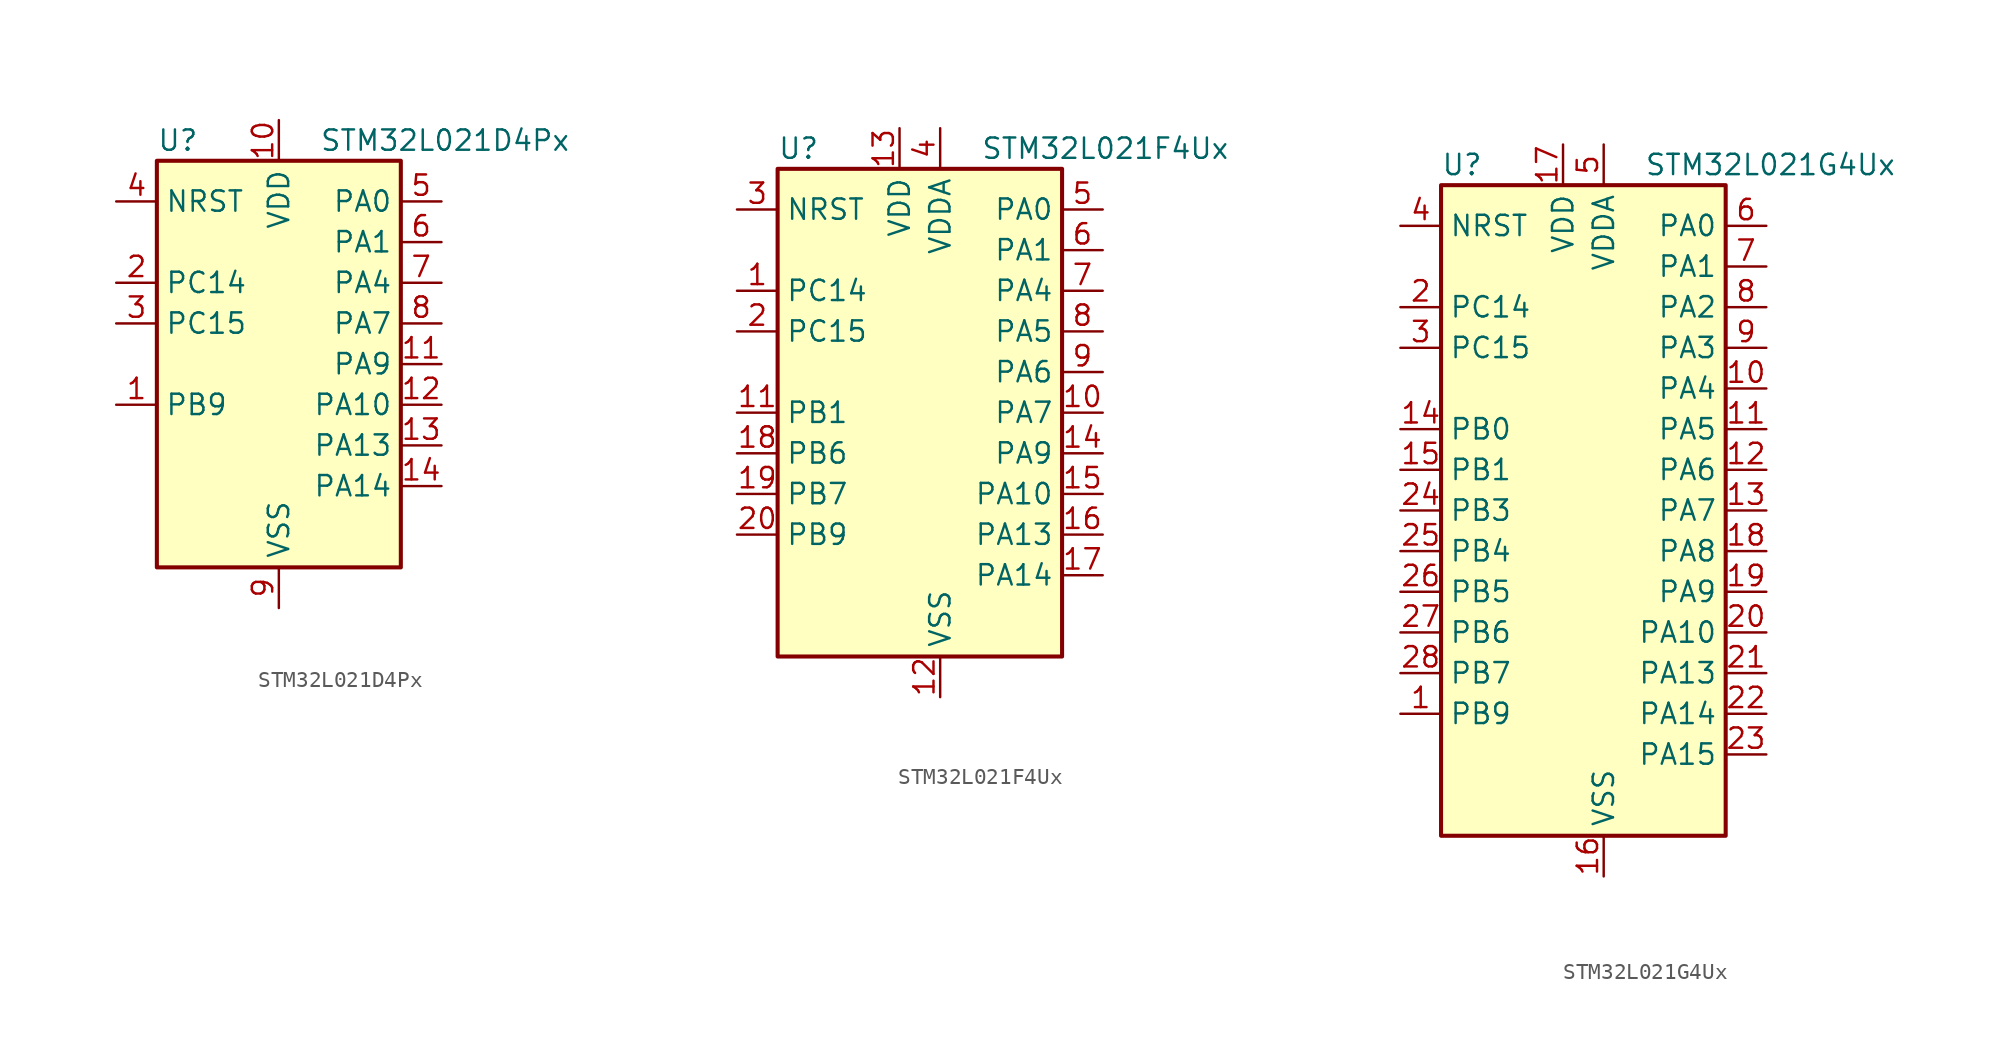
<source format=kicad_sym>
(kicad_symbol_lib
  (version 20231120)
  (generator "kicad_symbol_editor")
  (generator_version "8.0")
  (symbol "STM32L021D4Px"
    (property "Reference" "U"
      (at -7.62 13.97 0)
      (effects (font (size 1.27 1.27)) (justify left)))
    (property "Value" "STM32L021D4Px"
      (at 2.54 13.97 0)
      (effects (font (size 1.27 1.27)) (justify left)))
    (property "ki_locked" ""
      (at 0 0 0)
      (effects (font (size 1.27 1.27))))
    (symbol "STM32L021D4Px_0_1"
      (rectangle (start -7.62 -12.7) (end 7.62 12.7) (stroke (width 0.254) (type default)) (fill (type background))))
    (symbol "STM32L021D4Px_1_1"
      (pin bidirectional line (at -10.16 -2.54 0) (length 2.54) (name "PB9" (effects (font (size 1.27 1.27)))) (number "1" (effects (font (size 1.27 1.27)))))
      (pin power_in line (at 0 15.24 270) (length 2.54) (name "VDD" (effects (font (size 1.27 1.27)))) (number "10" (effects (font (size 1.27 1.27)))))
      (pin bidirectional line (at 10.16 0 180) (length 2.54) (name "PA9" (effects (font (size 1.27 1.27)))) (number "11" (effects (font (size 1.27 1.27)))) (alternate "COMP1_OUT" bidirectional line) (alternate "I2C1_SCL" bidirectional line) (alternate "LPTIM1_OUT" bidirectional line) (alternate "RCC_MCO" bidirectional line) (alternate "TIM21_CH2" bidirectional line) (alternate "USART2_TX" bidirectional line))
      (pin bidirectional line (at 10.16 -2.54 180) (length 2.54) (name "PA10" (effects (font (size 1.27 1.27)))) (number "12" (effects (font (size 1.27 1.27)))) (alternate "COMP1_OUT" bidirectional line) (alternate "I2C1_SDA" bidirectional line) (alternate "RTC_REFIN" bidirectional line) (alternate "TIM21_CH1" bidirectional line) (alternate "TIM2_CH3" bidirectional line) (alternate "USART2_RX" bidirectional line))
      (pin bidirectional line (at 10.16 -5.08 180) (length 2.54) (name "PA13" (effects (font (size 1.27 1.27)))) (number "13" (effects (font (size 1.27 1.27)))) (alternate "COMP1_OUT" bidirectional line) (alternate "I2C1_SDA" bidirectional line) (alternate "LPTIM1_ETR" bidirectional line) (alternate "LPUART1_RX" bidirectional line) (alternate "SPI1_SCK" bidirectional line) (alternate "SYS_SWDIO" bidirectional line))
      (pin bidirectional line (at 10.16 -7.62 180) (length 2.54) (name "PA14" (effects (font (size 1.27 1.27)))) (number "14" (effects (font (size 1.27 1.27)))) (alternate "COMP2_OUT" bidirectional line) (alternate "I2C1_SMBA" bidirectional line) (alternate "LPTIM1_OUT" bidirectional line) (alternate "LPUART1_TX" bidirectional line) (alternate "SPI1_MISO" bidirectional line) (alternate "SYS_SWCLK" bidirectional line) (alternate "USART2_TX" bidirectional line))
      (pin bidirectional line (at -10.16 5.08 0) (length 2.54) (name "PC14" (effects (font (size 1.27 1.27)))) (number "2" (effects (font (size 1.27 1.27)))) (alternate "RCC_OSC32_IN" bidirectional line))
      (pin bidirectional line (at -10.16 2.54 0) (length 2.54) (name "PC15" (effects (font (size 1.27 1.27)))) (number "3" (effects (font (size 1.27 1.27)))) (alternate "RCC_OSC32_OUT" bidirectional line))
      (pin input line (at -10.16 10.16 0) (length 2.54) (name "NRST" (effects (font (size 1.27 1.27)))) (number "4" (effects (font (size 1.27 1.27)))))
      (pin bidirectional line (at 10.16 10.16 180) (length 2.54) (name "PA0" (effects (font (size 1.27 1.27)))) (number "5" (effects (font (size 1.27 1.27)))) (alternate "ADC_IN0" bidirectional line) (alternate "COMP1_INM" bidirectional line) (alternate "COMP1_OUT" bidirectional line) (alternate "LPTIM1_IN1" bidirectional line) (alternate "LPUART1_RX" bidirectional line) (alternate "RCC_CK_IN" bidirectional line) (alternate "RTC_TAMP2" bidirectional line) (alternate "SYS_WKUP1" bidirectional line) (alternate "TIM2_CH1" bidirectional line) (alternate "TIM2_ETR" bidirectional line) (alternate "USART2_CTS" bidirectional line) (alternate "USART2_RX" bidirectional line))
      (pin bidirectional line (at 10.16 7.62 180) (length 2.54) (name "PA1" (effects (font (size 1.27 1.27)))) (number "6" (effects (font (size 1.27 1.27)))) (alternate "ADC_IN1" bidirectional line) (alternate "COMP1_INP" bidirectional line) (alternate "I2C1_SMBA" bidirectional line) (alternate "LPTIM1_IN2" bidirectional line) (alternate "LPUART1_TX" bidirectional line) (alternate "TIM21_ETR" bidirectional line) (alternate "TIM2_CH2" bidirectional line) (alternate "USART2_DE" bidirectional line) (alternate "USART2_RTS" bidirectional line))
      (pin bidirectional line (at 10.16 5.08 180) (length 2.54) (name "PA4" (effects (font (size 1.27 1.27)))) (number "7" (effects (font (size 1.27 1.27)))) (alternate "ADC_IN4" bidirectional line) (alternate "COMP1_INM" bidirectional line) (alternate "COMP2_INM" bidirectional line) (alternate "COMP2_OUT" bidirectional line) (alternate "I2C1_SCL" bidirectional line) (alternate "LPTIM1_ETR" bidirectional line) (alternate "LPTIM1_IN1" bidirectional line) (alternate "LPUART1_TX" bidirectional line) (alternate "SPI1_NSS" bidirectional line) (alternate "TIM2_ETR" bidirectional line) (alternate "USART2_CK" bidirectional line))
      (pin bidirectional line (at 10.16 2.54 180) (length 2.54) (name "PA7" (effects (font (size 1.27 1.27)))) (number "8" (effects (font (size 1.27 1.27)))) (alternate "ADC_IN7" bidirectional line) (alternate "COMP2_INP" bidirectional line) (alternate "COMP2_OUT" bidirectional line) (alternate "LPTIM1_OUT" bidirectional line) (alternate "SPI1_MOSI" bidirectional line) (alternate "TIM21_ETR" bidirectional line) (alternate "USART2_CTS" bidirectional line))
      (pin power_in line (at 0 -15.24 90) (length 2.54) (name "VSS" (effects (font (size 1.27 1.27)))) (number "9" (effects (font (size 1.27 1.27)))))))
  (symbol "STM32L021F4Ux"
    (property "Reference" "U"
      (at -7.62 16.51 0)
      (effects (font (size 1.27 1.27)) (justify left)))
    (property "Value" "STM32L021F4Ux"
      (at 5.08 16.51 0)
      (effects (font (size 1.27 1.27)) (justify left)))
    (property "ki_locked" ""
      (at 0 0 0)
      (effects (font (size 1.27 1.27))))
    (symbol "STM32L021F4Ux_0_1"
      (rectangle (start -7.62 -15.24) (end 10.16 15.24) (stroke (width 0.254) (type default)) (fill (type background))))
    (symbol "STM32L021F4Ux_1_1"
      (pin bidirectional line (at -10.16 7.62 0) (length 2.54) (name "PC14" (effects (font (size 1.27 1.27)))) (number "1" (effects (font (size 1.27 1.27)))) (alternate "RCC_OSC32_IN" bidirectional line))
      (pin bidirectional line (at 12.7 0 180) (length 2.54) (name "PA7" (effects (font (size 1.27 1.27)))) (number "10" (effects (font (size 1.27 1.27)))) (alternate "ADC_IN7" bidirectional line) (alternate "COMP2_INP" bidirectional line) (alternate "COMP2_OUT" bidirectional line) (alternate "LPTIM1_OUT" bidirectional line) (alternate "SPI1_MOSI" bidirectional line) (alternate "TIM21_ETR" bidirectional line) (alternate "USART2_CTS" bidirectional line))
      (pin bidirectional line (at -10.16 0 0) (length 2.54) (name "PB1" (effects (font (size 1.27 1.27)))) (number "11" (effects (font (size 1.27 1.27)))) (alternate "ADC_IN9" bidirectional line) (alternate "LPTIM1_IN1" bidirectional line) (alternate "LPUART1_DE" bidirectional line) (alternate "LPUART1_RTS" bidirectional line) (alternate "SPI1_MOSI" bidirectional line) (alternate "SYS_VREF_OUT_PB1" bidirectional line) (alternate "TIM2_CH4" bidirectional line) (alternate "USART2_CK" bidirectional line))
      (pin power_in line (at 2.54 -17.78 90) (length 2.54) (name "VSS" (effects (font (size 1.27 1.27)))) (number "12" (effects (font (size 1.27 1.27)))))
      (pin power_in line (at 0 17.78 270) (length 2.54) (name "VDD" (effects (font (size 1.27 1.27)))) (number "13" (effects (font (size 1.27 1.27)))))
      (pin bidirectional line (at 12.7 -2.54 180) (length 2.54) (name "PA9" (effects (font (size 1.27 1.27)))) (number "14" (effects (font (size 1.27 1.27)))) (alternate "COMP1_OUT" bidirectional line) (alternate "I2C1_SCL" bidirectional line) (alternate "LPTIM1_OUT" bidirectional line) (alternate "RCC_MCO" bidirectional line) (alternate "TIM21_CH2" bidirectional line) (alternate "USART2_TX" bidirectional line))
      (pin bidirectional line (at 12.7 -5.08 180) (length 2.54) (name "PA10" (effects (font (size 1.27 1.27)))) (number "15" (effects (font (size 1.27 1.27)))) (alternate "COMP1_OUT" bidirectional line) (alternate "I2C1_SDA" bidirectional line) (alternate "RTC_REFIN" bidirectional line) (alternate "TIM21_CH1" bidirectional line) (alternate "TIM2_CH3" bidirectional line) (alternate "USART2_RX" bidirectional line))
      (pin bidirectional line (at 12.7 -7.62 180) (length 2.54) (name "PA13" (effects (font (size 1.27 1.27)))) (number "16" (effects (font (size 1.27 1.27)))) (alternate "COMP1_OUT" bidirectional line) (alternate "I2C1_SDA" bidirectional line) (alternate "LPTIM1_ETR" bidirectional line) (alternate "LPUART1_RX" bidirectional line) (alternate "SPI1_SCK" bidirectional line) (alternate "SYS_SWDIO" bidirectional line))
      (pin bidirectional line (at 12.7 -10.16 180) (length 2.54) (name "PA14" (effects (font (size 1.27 1.27)))) (number "17" (effects (font (size 1.27 1.27)))) (alternate "COMP2_OUT" bidirectional line) (alternate "I2C1_SMBA" bidirectional line) (alternate "LPTIM1_OUT" bidirectional line) (alternate "LPUART1_TX" bidirectional line) (alternate "SPI1_MISO" bidirectional line) (alternate "SYS_SWCLK" bidirectional line) (alternate "USART2_TX" bidirectional line))
      (pin bidirectional line (at -10.16 -2.54 0) (length 2.54) (name "PB6" (effects (font (size 1.27 1.27)))) (number "18" (effects (font (size 1.27 1.27)))) (alternate "COMP2_INP" bidirectional line) (alternate "I2C1_SCL" bidirectional line) (alternate "LPTIM1_ETR" bidirectional line) (alternate "LPUART1_TX" bidirectional line) (alternate "TIM2_CH3" bidirectional line) (alternate "USART2_TX" bidirectional line))
      (pin bidirectional line (at -10.16 -5.08 0) (length 2.54) (name "PB7" (effects (font (size 1.27 1.27)))) (number "19" (effects (font (size 1.27 1.27)))) (alternate "COMP2_INP" bidirectional line) (alternate "I2C1_SDA" bidirectional line) (alternate "LPTIM1_IN2" bidirectional line) (alternate "LPUART1_RX" bidirectional line) (alternate "SYS_PVD_IN" bidirectional line) (alternate "TIM2_CH4" bidirectional line) (alternate "USART2_RX" bidirectional line))
      (pin bidirectional line (at -10.16 5.08 0) (length 2.54) (name "PC15" (effects (font (size 1.27 1.27)))) (number "2" (effects (font (size 1.27 1.27)))) (alternate "RCC_OSC32_OUT" bidirectional line))
      (pin bidirectional line (at -10.16 -7.62 0) (length 2.54) (name "PB9" (effects (font (size 1.27 1.27)))) (number "20" (effects (font (size 1.27 1.27)))))
      (pin input line (at -10.16 12.7 0) (length 2.54) (name "NRST" (effects (font (size 1.27 1.27)))) (number "3" (effects (font (size 1.27 1.27)))))
      (pin power_in line (at 2.54 17.78 270) (length 2.54) (name "VDDA" (effects (font (size 1.27 1.27)))) (number "4" (effects (font (size 1.27 1.27)))))
      (pin bidirectional line (at 12.7 12.7 180) (length 2.54) (name "PA0" (effects (font (size 1.27 1.27)))) (number "5" (effects (font (size 1.27 1.27)))) (alternate "ADC_IN0" bidirectional line) (alternate "COMP1_INM" bidirectional line) (alternate "COMP1_OUT" bidirectional line) (alternate "LPTIM1_IN1" bidirectional line) (alternate "LPUART1_RX" bidirectional line) (alternate "RCC_CK_IN" bidirectional line) (alternate "RTC_TAMP2" bidirectional line) (alternate "SYS_WKUP1" bidirectional line) (alternate "TIM2_CH1" bidirectional line) (alternate "TIM2_ETR" bidirectional line) (alternate "USART2_CTS" bidirectional line) (alternate "USART2_RX" bidirectional line))
      (pin bidirectional line (at 12.7 10.16 180) (length 2.54) (name "PA1" (effects (font (size 1.27 1.27)))) (number "6" (effects (font (size 1.27 1.27)))) (alternate "ADC_IN1" bidirectional line) (alternate "COMP1_INP" bidirectional line) (alternate "I2C1_SMBA" bidirectional line) (alternate "LPTIM1_IN2" bidirectional line) (alternate "LPUART1_TX" bidirectional line) (alternate "TIM21_ETR" bidirectional line) (alternate "TIM2_CH2" bidirectional line) (alternate "USART2_DE" bidirectional line) (alternate "USART2_RTS" bidirectional line))
      (pin bidirectional line (at 12.7 7.62 180) (length 2.54) (name "PA4" (effects (font (size 1.27 1.27)))) (number "7" (effects (font (size 1.27 1.27)))) (alternate "ADC_IN4" bidirectional line) (alternate "COMP1_INM" bidirectional line) (alternate "COMP2_INM" bidirectional line) (alternate "COMP2_OUT" bidirectional line) (alternate "I2C1_SCL" bidirectional line) (alternate "LPTIM1_ETR" bidirectional line) (alternate "LPTIM1_IN1" bidirectional line) (alternate "LPUART1_TX" bidirectional line) (alternate "SPI1_NSS" bidirectional line) (alternate "TIM2_ETR" bidirectional line) (alternate "USART2_CK" bidirectional line))
      (pin bidirectional line (at 12.7 5.08 180) (length 2.54) (name "PA5" (effects (font (size 1.27 1.27)))) (number "8" (effects (font (size 1.27 1.27)))) (alternate "ADC_IN5" bidirectional line) (alternate "COMP1_INM" bidirectional line) (alternate "COMP2_INM" bidirectional line) (alternate "LPTIM1_IN2" bidirectional line) (alternate "SPI1_SCK" bidirectional line) (alternate "TIM2_CH1" bidirectional line) (alternate "TIM2_ETR" bidirectional line))
      (pin bidirectional line (at 12.7 2.54 180) (length 2.54) (name "PA6" (effects (font (size 1.27 1.27)))) (number "9" (effects (font (size 1.27 1.27)))) (alternate "ADC_IN6" bidirectional line) (alternate "COMP1_OUT" bidirectional line) (alternate "LPTIM1_ETR" bidirectional line) (alternate "LPUART1_CTS" bidirectional line) (alternate "SPI1_MISO" bidirectional line))))
  (symbol "STM32L021G4Ux"
    (property "Reference" "U"
      (at -7.62 21.59 0)
      (effects (font (size 1.27 1.27)) (justify left)))
    (property "Value" "STM32L021G4Ux"
      (at 5.08 21.59 0)
      (effects (font (size 1.27 1.27)) (justify left)))
    (property "ki_locked" ""
      (at 0 0 0)
      (effects (font (size 1.27 1.27))))
    (symbol "STM32L021G4Ux_0_1"
      (rectangle (start -7.62 -20.32) (end 10.16 20.32) (stroke (width 0.254) (type default)) (fill (type background))))
    (symbol "STM32L021G4Ux_1_1"
      (pin bidirectional line (at -10.16 -12.7 0) (length 2.54) (name "PB9" (effects (font (size 1.27 1.27)))) (number "1" (effects (font (size 1.27 1.27)))))
      (pin bidirectional line (at 12.7 7.62 180) (length 2.54) (name "PA4" (effects (font (size 1.27 1.27)))) (number "10" (effects (font (size 1.27 1.27)))) (alternate "ADC_IN4" bidirectional line) (alternate "COMP1_INM" bidirectional line) (alternate "COMP2_INM" bidirectional line) (alternate "COMP2_OUT" bidirectional line) (alternate "I2C1_SCL" bidirectional line) (alternate "LPTIM1_ETR" bidirectional line) (alternate "LPTIM1_IN1" bidirectional line) (alternate "LPUART1_TX" bidirectional line) (alternate "SPI1_NSS" bidirectional line) (alternate "TIM2_ETR" bidirectional line) (alternate "USART2_CK" bidirectional line))
      (pin bidirectional line (at 12.7 5.08 180) (length 2.54) (name "PA5" (effects (font (size 1.27 1.27)))) (number "11" (effects (font (size 1.27 1.27)))) (alternate "ADC_IN5" bidirectional line) (alternate "COMP1_INM" bidirectional line) (alternate "COMP2_INM" bidirectional line) (alternate "LPTIM1_IN2" bidirectional line) (alternate "SPI1_SCK" bidirectional line) (alternate "TIM2_CH1" bidirectional line) (alternate "TIM2_ETR" bidirectional line))
      (pin bidirectional line (at 12.7 2.54 180) (length 2.54) (name "PA6" (effects (font (size 1.27 1.27)))) (number "12" (effects (font (size 1.27 1.27)))) (alternate "ADC_IN6" bidirectional line) (alternate "COMP1_OUT" bidirectional line) (alternate "LPTIM1_ETR" bidirectional line) (alternate "LPUART1_CTS" bidirectional line) (alternate "SPI1_MISO" bidirectional line))
      (pin bidirectional line (at 12.7 0 180) (length 2.54) (name "PA7" (effects (font (size 1.27 1.27)))) (number "13" (effects (font (size 1.27 1.27)))) (alternate "ADC_IN7" bidirectional line) (alternate "COMP2_INP" bidirectional line) (alternate "COMP2_OUT" bidirectional line) (alternate "LPTIM1_OUT" bidirectional line) (alternate "SPI1_MOSI" bidirectional line) (alternate "TIM21_ETR" bidirectional line) (alternate "USART2_CTS" bidirectional line))
      (pin bidirectional line (at -10.16 5.08 0) (length 2.54) (name "PB0" (effects (font (size 1.27 1.27)))) (number "14" (effects (font (size 1.27 1.27)))) (alternate "ADC_IN8" bidirectional line) (alternate "SPI1_MISO" bidirectional line) (alternate "SYS_VREF_OUT_PB0" bidirectional line) (alternate "TIM2_CH2" bidirectional line) (alternate "TIM2_CH3" bidirectional line) (alternate "USART2_DE" bidirectional line) (alternate "USART2_RTS" bidirectional line))
      (pin bidirectional line (at -10.16 2.54 0) (length 2.54) (name "PB1" (effects (font (size 1.27 1.27)))) (number "15" (effects (font (size 1.27 1.27)))) (alternate "ADC_IN9" bidirectional line) (alternate "LPTIM1_IN1" bidirectional line) (alternate "LPUART1_DE" bidirectional line) (alternate "LPUART1_RTS" bidirectional line) (alternate "SPI1_MOSI" bidirectional line) (alternate "SYS_VREF_OUT_PB1" bidirectional line) (alternate "TIM2_CH4" bidirectional line) (alternate "USART2_CK" bidirectional line))
      (pin power_in line (at 2.54 -22.86 90) (length 2.54) (name "VSS" (effects (font (size 1.27 1.27)))) (number "16" (effects (font (size 1.27 1.27)))))
      (pin power_in line (at 0 22.86 270) (length 2.54) (name "VDD" (effects (font (size 1.27 1.27)))) (number "17" (effects (font (size 1.27 1.27)))))
      (pin bidirectional line (at 12.7 -2.54 180) (length 2.54) (name "PA8" (effects (font (size 1.27 1.27)))) (number "18" (effects (font (size 1.27 1.27)))) (alternate "LPTIM1_IN1" bidirectional line) (alternate "RCC_MCO" bidirectional line) (alternate "TIM2_CH1" bidirectional line) (alternate "USART2_CK" bidirectional line))
      (pin bidirectional line (at 12.7 -5.08 180) (length 2.54) (name "PA9" (effects (font (size 1.27 1.27)))) (number "19" (effects (font (size 1.27 1.27)))) (alternate "COMP1_OUT" bidirectional line) (alternate "I2C1_SCL" bidirectional line) (alternate "LPTIM1_OUT" bidirectional line) (alternate "RCC_MCO" bidirectional line) (alternate "TIM21_CH2" bidirectional line) (alternate "USART2_TX" bidirectional line))
      (pin bidirectional line (at -10.16 12.7 0) (length 2.54) (name "PC14" (effects (font (size 1.27 1.27)))) (number "2" (effects (font (size 1.27 1.27)))) (alternate "RCC_OSC32_IN" bidirectional line))
      (pin bidirectional line (at 12.7 -7.62 180) (length 2.54) (name "PA10" (effects (font (size 1.27 1.27)))) (number "20" (effects (font (size 1.27 1.27)))) (alternate "COMP1_OUT" bidirectional line) (alternate "I2C1_SDA" bidirectional line) (alternate "RTC_REFIN" bidirectional line) (alternate "TIM21_CH1" bidirectional line) (alternate "TIM2_CH3" bidirectional line) (alternate "USART2_RX" bidirectional line))
      (pin bidirectional line (at 12.7 -10.16 180) (length 2.54) (name "PA13" (effects (font (size 1.27 1.27)))) (number "21" (effects (font (size 1.27 1.27)))) (alternate "COMP1_OUT" bidirectional line) (alternate "I2C1_SDA" bidirectional line) (alternate "LPTIM1_ETR" bidirectional line) (alternate "LPUART1_RX" bidirectional line) (alternate "SPI1_SCK" bidirectional line) (alternate "SYS_SWDIO" bidirectional line))
      (pin bidirectional line (at 12.7 -12.7 180) (length 2.54) (name "PA14" (effects (font (size 1.27 1.27)))) (number "22" (effects (font (size 1.27 1.27)))) (alternate "COMP2_OUT" bidirectional line) (alternate "I2C1_SMBA" bidirectional line) (alternate "LPTIM1_OUT" bidirectional line) (alternate "LPUART1_TX" bidirectional line) (alternate "SPI1_MISO" bidirectional line) (alternate "SYS_SWCLK" bidirectional line) (alternate "USART2_TX" bidirectional line))
      (pin bidirectional line (at 12.7 -15.24 180) (length 2.54) (name "PA15" (effects (font (size 1.27 1.27)))) (number "23" (effects (font (size 1.27 1.27)))) (alternate "SPI1_NSS" bidirectional line) (alternate "TIM2_CH1" bidirectional line) (alternate "TIM2_ETR" bidirectional line) (alternate "USART2_RX" bidirectional line))
      (pin bidirectional line (at -10.16 0 0) (length 2.54) (name "PB3" (effects (font (size 1.27 1.27)))) (number "24" (effects (font (size 1.27 1.27)))) (alternate "COMP2_INM" bidirectional line) (alternate "SPI1_SCK" bidirectional line) (alternate "TIM2_CH2" bidirectional line))
      (pin bidirectional line (at -10.16 -2.54 0) (length 2.54) (name "PB4" (effects (font (size 1.27 1.27)))) (number "25" (effects (font (size 1.27 1.27)))) (alternate "COMP2_INP" bidirectional line) (alternate "SPI1_MISO" bidirectional line))
      (pin bidirectional line (at -10.16 -5.08 0) (length 2.54) (name "PB5" (effects (font (size 1.27 1.27)))) (number "26" (effects (font (size 1.27 1.27)))) (alternate "COMP2_INP" bidirectional line) (alternate "I2C1_SMBA" bidirectional line) (alternate "LPTIM1_IN1" bidirectional line) (alternate "SPI1_MOSI" bidirectional line) (alternate "TIM21_CH1" bidirectional line))
      (pin bidirectional line (at -10.16 -7.62 0) (length 2.54) (name "PB6" (effects (font (size 1.27 1.27)))) (number "27" (effects (font (size 1.27 1.27)))) (alternate "COMP2_INP" bidirectional line) (alternate "I2C1_SCL" bidirectional line) (alternate "LPTIM1_ETR" bidirectional line) (alternate "LPUART1_TX" bidirectional line) (alternate "TIM2_CH3" bidirectional line) (alternate "USART2_TX" bidirectional line))
      (pin bidirectional line (at -10.16 -10.16 0) (length 2.54) (name "PB7" (effects (font (size 1.27 1.27)))) (number "28" (effects (font (size 1.27 1.27)))) (alternate "COMP2_INP" bidirectional line) (alternate "I2C1_SDA" bidirectional line) (alternate "LPTIM1_IN2" bidirectional line) (alternate "LPUART1_RX" bidirectional line) (alternate "SYS_PVD_IN" bidirectional line) (alternate "TIM2_CH4" bidirectional line) (alternate "USART2_RX" bidirectional line))
      (pin bidirectional line (at -10.16 10.16 0) (length 2.54) (name "PC15" (effects (font (size 1.27 1.27)))) (number "3" (effects (font (size 1.27 1.27)))) (alternate "RCC_OSC32_OUT" bidirectional line))
      (pin input line (at -10.16 17.78 0) (length 2.54) (name "NRST" (effects (font (size 1.27 1.27)))) (number "4" (effects (font (size 1.27 1.27)))))
      (pin power_in line (at 2.54 22.86 270) (length 2.54) (name "VDDA" (effects (font (size 1.27 1.27)))) (number "5" (effects (font (size 1.27 1.27)))))
      (pin bidirectional line (at 12.7 17.78 180) (length 2.54) (name "PA0" (effects (font (size 1.27 1.27)))) (number "6" (effects (font (size 1.27 1.27)))) (alternate "ADC_IN0" bidirectional line) (alternate "COMP1_INM" bidirectional line) (alternate "COMP1_OUT" bidirectional line) (alternate "LPTIM1_IN1" bidirectional line) (alternate "LPUART1_RX" bidirectional line) (alternate "RCC_CK_IN" bidirectional line) (alternate "RTC_TAMP2" bidirectional line) (alternate "SYS_WKUP1" bidirectional line) (alternate "TIM2_CH1" bidirectional line) (alternate "TIM2_ETR" bidirectional line) (alternate "USART2_CTS" bidirectional line) (alternate "USART2_RX" bidirectional line))
      (pin bidirectional line (at 12.7 15.24 180) (length 2.54) (name "PA1" (effects (font (size 1.27 1.27)))) (number "7" (effects (font (size 1.27 1.27)))) (alternate "ADC_IN1" bidirectional line) (alternate "COMP1_INP" bidirectional line) (alternate "I2C1_SMBA" bidirectional line) (alternate "LPTIM1_IN2" bidirectional line) (alternate "LPUART1_TX" bidirectional line) (alternate "TIM21_ETR" bidirectional line) (alternate "TIM2_CH2" bidirectional line) (alternate "USART2_DE" bidirectional line) (alternate "USART2_RTS" bidirectional line))
      (pin bidirectional line (at 12.7 12.7 180) (length 2.54) (name "PA2" (effects (font (size 1.27 1.27)))) (number "8" (effects (font (size 1.27 1.27)))) (alternate "ADC_IN2" bidirectional line) (alternate "COMP2_INM" bidirectional line) (alternate "COMP2_OUT" bidirectional line) (alternate "LPUART1_TX" bidirectional line) (alternate "RTC_OUT_ALARM" bidirectional line) (alternate "RTC_OUT_CALIB" bidirectional line) (alternate "RTC_TAMP3" bidirectional line) (alternate "RTC_TS" bidirectional line) (alternate "SYS_WKUP3" bidirectional line) (alternate "TIM21_CH1" bidirectional line) (alternate "TIM2_CH3" bidirectional line) (alternate "USART2_TX" bidirectional line))
      (pin bidirectional line (at 12.7 10.16 180) (length 2.54) (name "PA3" (effects (font (size 1.27 1.27)))) (number "9" (effects (font (size 1.27 1.27)))) (alternate "ADC_IN3" bidirectional line) (alternate "COMP2_INP" bidirectional line) (alternate "LPUART1_RX" bidirectional line) (alternate "TIM21_CH2" bidirectional line) (alternate "TIM2_CH4" bidirectional line) (alternate "USART2_RX" bidirectional line)))))
</source>
